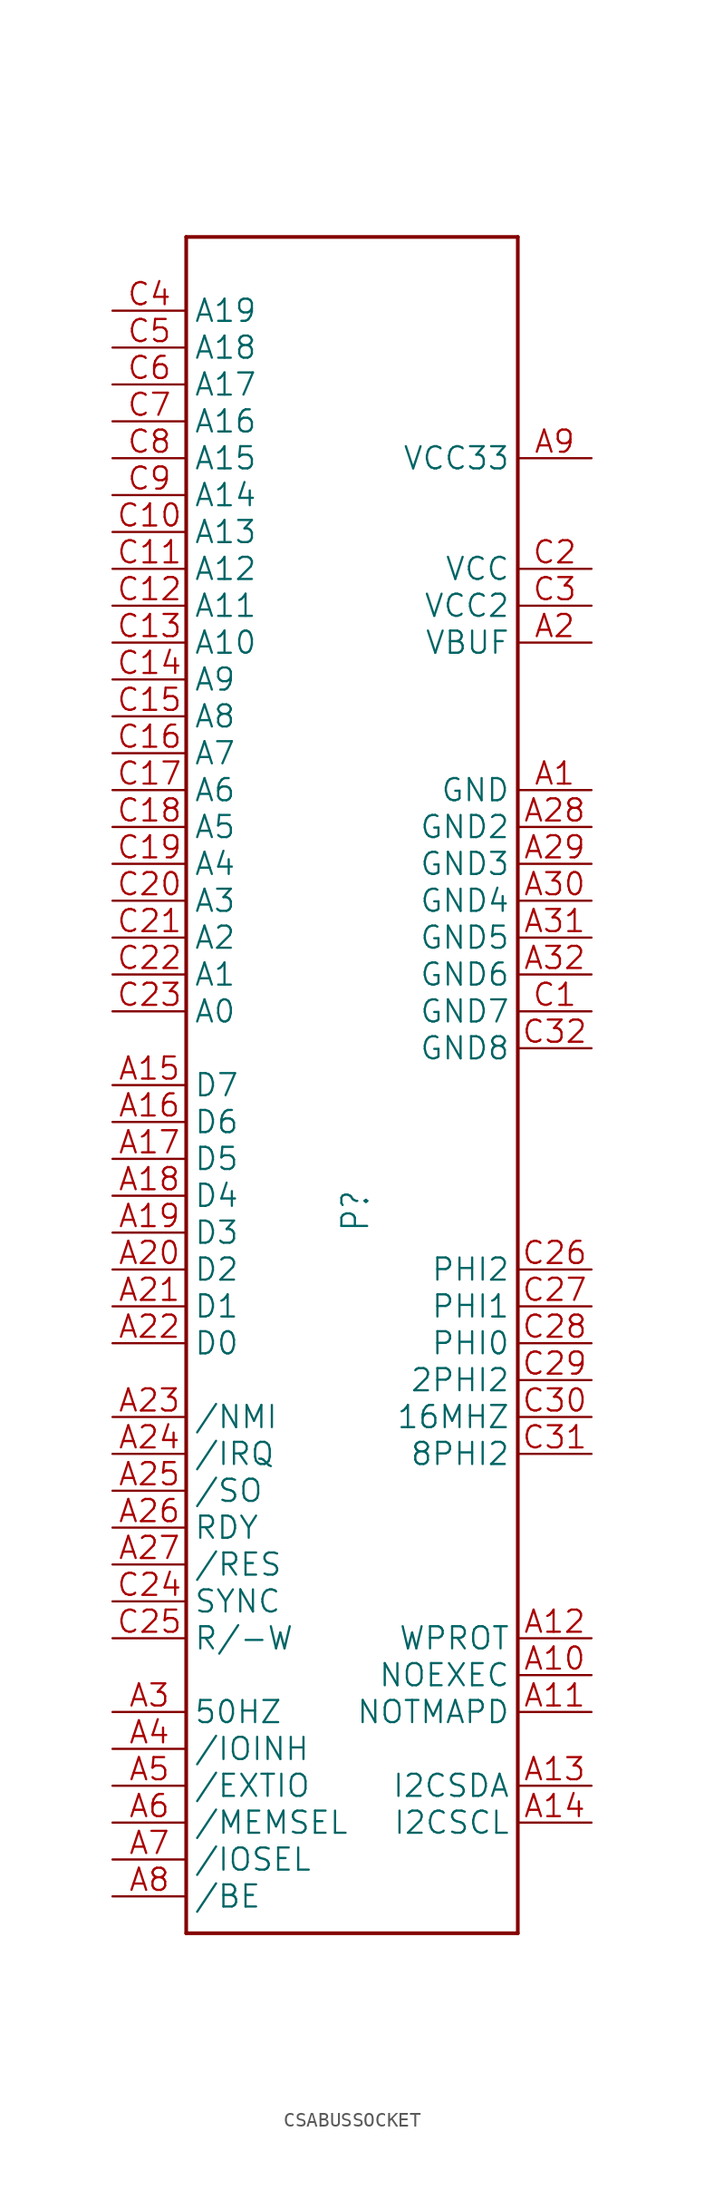
<source format=kicad_sym>
(kicad_symbol_lib
  (version 20241209)
  (generator "kicad_symbol_editor")
  (generator_version "9.0")
  (symbol "CSABUSSOCKET"
    (property "Reference" "P"
      (at 5.08 -10.16 90)
      (effects (font (size 1.778 1.511)) (justify left bottom)))
    (property "Value" ""
      (at 0 58.42 0)
      (effects (font (size 1.778 1.511)) (justify left bottom)))
    (property "ki_locked" ""
      (at 0 0 0)
      (effects (font (size 1.27 1.27))))
    (symbol "CSABUSSOCKET_1_0"
      (polyline (pts (xy -7.62 58.42) (xy -7.62 -58.42)) (stroke (width 0.254) (type solid)) (fill (type none)))
      (polyline (pts (xy -7.62 -58.42) (xy 15.24 -58.42)) (stroke (width 0.254) (type solid)) (fill (type none)))
      (polyline (pts (xy 15.24 58.42) (xy -7.62 58.42)) (stroke (width 0.254) (type solid)) (fill (type none)))
      (polyline (pts (xy 15.24 -58.42) (xy 15.24 58.42)) (stroke (width 0.254) (type solid)) (fill (type none)))
      (pin bidirectional line (at -12.7 53.34 0) (length 5.08) (name "A19" (effects (font (size 1.524 1.524)))) (number "C4" (effects (font (size 1.524 1.524)))))
      (pin bidirectional line (at -12.7 50.8 0) (length 5.08) (name "A18" (effects (font (size 1.524 1.524)))) (number "C5" (effects (font (size 1.524 1.524)))))
      (pin bidirectional line (at -12.7 48.26 0) (length 5.08) (name "A17" (effects (font (size 1.524 1.524)))) (number "C6" (effects (font (size 1.524 1.524)))))
      (pin bidirectional line (at -12.7 45.72 0) (length 5.08) (name "A16" (effects (font (size 1.524 1.524)))) (number "C7" (effects (font (size 1.524 1.524)))))
      (pin bidirectional line (at -12.7 43.18 0) (length 5.08) (name "A15" (effects (font (size 1.524 1.524)))) (number "C8" (effects (font (size 1.524 1.524)))))
      (pin bidirectional line (at -12.7 40.64 0) (length 5.08) (name "A14" (effects (font (size 1.524 1.524)))) (number "C9" (effects (font (size 1.524 1.524)))))
      (pin bidirectional line (at -12.7 38.1 0) (length 5.08) (name "A13" (effects (font (size 1.524 1.524)))) (number "C10" (effects (font (size 1.524 1.524)))))
      (pin bidirectional line (at -12.7 35.56 0) (length 5.08) (name "A12" (effects (font (size 1.524 1.524)))) (number "C11" (effects (font (size 1.524 1.524)))))
      (pin bidirectional line (at -12.7 33.02 0) (length 5.08) (name "A11" (effects (font (size 1.524 1.524)))) (number "C12" (effects (font (size 1.524 1.524)))))
      (pin bidirectional line (at -12.7 30.48 0) (length 5.08) (name "A10" (effects (font (size 1.524 1.524)))) (number "C13" (effects (font (size 1.524 1.524)))))
      (pin bidirectional line (at -12.7 27.94 0) (length 5.08) (name "A9" (effects (font (size 1.524 1.524)))) (number "C14" (effects (font (size 1.524 1.524)))))
      (pin bidirectional line (at -12.7 25.4 0) (length 5.08) (name "A8" (effects (font (size 1.524 1.524)))) (number "C15" (effects (font (size 1.524 1.524)))))
      (pin bidirectional line (at -12.7 22.86 0) (length 5.08) (name "A7" (effects (font (size 1.524 1.524)))) (number "C16" (effects (font (size 1.524 1.524)))))
      (pin bidirectional line (at -12.7 20.32 0) (length 5.08) (name "A6" (effects (font (size 1.524 1.524)))) (number "C17" (effects (font (size 1.524 1.524)))))
      (pin bidirectional line (at -12.7 17.78 0) (length 5.08) (name "A5" (effects (font (size 1.524 1.524)))) (number "C18" (effects (font (size 1.524 1.524)))))
      (pin bidirectional line (at -12.7 15.24 0) (length 5.08) (name "A4" (effects (font (size 1.524 1.524)))) (number "C19" (effects (font (size 1.524 1.524)))))
      (pin bidirectional line (at -12.7 12.7 0) (length 5.08) (name "A3" (effects (font (size 1.524 1.524)))) (number "C20" (effects (font (size 1.524 1.524)))))
      (pin bidirectional line (at -12.7 10.16 0) (length 5.08) (name "A2" (effects (font (size 1.524 1.524)))) (number "C21" (effects (font (size 1.524 1.524)))))
      (pin bidirectional line (at -12.7 7.62 0) (length 5.08) (name "A1" (effects (font (size 1.524 1.524)))) (number "C22" (effects (font (size 1.524 1.524)))))
      (pin bidirectional line (at -12.7 5.08 0) (length 5.08) (name "A0" (effects (font (size 1.524 1.524)))) (number "C23" (effects (font (size 1.524 1.524)))))
      (pin bidirectional line (at -12.7 0 0) (length 5.08) (name "D7" (effects (font (size 1.524 1.524)))) (number "A15" (effects (font (size 1.524 1.524)))))
      (pin bidirectional line (at -12.7 -2.54 0) (length 5.08) (name "D6" (effects (font (size 1.524 1.524)))) (number "A16" (effects (font (size 1.524 1.524)))))
      (pin bidirectional line (at -12.7 -5.08 0) (length 5.08) (name "D5" (effects (font (size 1.524 1.524)))) (number "A17" (effects (font (size 1.524 1.524)))))
      (pin bidirectional line (at -12.7 -7.62 0) (length 5.08) (name "D4" (effects (font (size 1.524 1.524)))) (number "A18" (effects (font (size 1.524 1.524)))))
      (pin bidirectional line (at -12.7 -10.16 0) (length 5.08) (name "D3" (effects (font (size 1.524 1.524)))) (number "A19" (effects (font (size 1.524 1.524)))))
      (pin bidirectional line (at -12.7 -12.7 0) (length 5.08) (name "D2" (effects (font (size 1.524 1.524)))) (number "A20" (effects (font (size 1.524 1.524)))))
      (pin bidirectional line (at -12.7 -15.24 0) (length 5.08) (name "D1" (effects (font (size 1.524 1.524)))) (number "A21" (effects (font (size 1.524 1.524)))))
      (pin bidirectional line (at -12.7 -17.78 0) (length 5.08) (name "D0" (effects (font (size 1.524 1.524)))) (number "A22" (effects (font (size 1.524 1.524)))))
      (pin bidirectional line (at -12.7 -22.86 0) (length 5.08) (name "/NMI" (effects (font (size 1.524 1.524)))) (number "A23" (effects (font (size 1.524 1.524)))))
      (pin bidirectional line (at -12.7 -25.4 0) (length 5.08) (name "/IRQ" (effects (font (size 1.524 1.524)))) (number "A24" (effects (font (size 1.524 1.524)))))
      (pin bidirectional line (at -12.7 -27.94 0) (length 5.08) (name "/SO" (effects (font (size 1.524 1.524)))) (number "A25" (effects (font (size 1.524 1.524)))))
      (pin bidirectional line (at -12.7 -30.48 0) (length 5.08) (name "RDY" (effects (font (size 1.524 1.524)))) (number "A26" (effects (font (size 1.524 1.524)))))
      (pin bidirectional line (at -12.7 -33.02 0) (length 5.08) (name "/RES" (effects (font (size 1.524 1.524)))) (number "A27" (effects (font (size 1.524 1.524)))))
      (pin bidirectional line (at -12.7 -35.56 0) (length 5.08) (name "SYNC" (effects (font (size 1.524 1.524)))) (number "C24" (effects (font (size 1.524 1.524)))))
      (pin bidirectional line (at -12.7 -38.1 0) (length 5.08) (name "R/-W" (effects (font (size 1.524 1.524)))) (number "C25" (effects (font (size 1.524 1.524)))))
      (pin bidirectional line (at -12.7 -43.18 0) (length 5.08) (name "50HZ" (effects (font (size 1.524 1.524)))) (number "A3" (effects (font (size 1.524 1.524)))))
      (pin bidirectional line (at -12.7 -45.72 0) (length 5.08) (name "/IOINH" (effects (font (size 1.524 1.524)))) (number "A4" (effects (font (size 1.524 1.524)))))
      (pin bidirectional line (at -12.7 -48.26 0) (length 5.08) (name "/EXTIO" (effects (font (size 1.524 1.524)))) (number "A5" (effects (font (size 1.524 1.524)))))
      (pin bidirectional line (at -12.7 -50.8 0) (length 5.08) (name "/MEMSEL" (effects (font (size 1.524 1.524)))) (number "A6" (effects (font (size 1.524 1.524)))))
      (pin bidirectional line (at -12.7 -53.34 0) (length 5.08) (name "/IOSEL" (effects (font (size 1.524 1.524)))) (number "A7" (effects (font (size 1.524 1.524)))))
      (pin bidirectional line (at -12.7 -55.88 0) (length 5.08) (name "/BE" (effects (font (size 1.524 1.524)))) (number "A8" (effects (font (size 1.524 1.524)))))
      (pin bidirectional line (at 20.32 43.18 180) (length 5.08) (name "VCC33" (effects (font (size 1.524 1.524)))) (number "A9" (effects (font (size 1.524 1.524)))))
      (pin bidirectional line (at 20.32 35.56 180) (length 5.08) (name "VCC" (effects (font (size 1.524 1.524)))) (number "C2" (effects (font (size 1.524 1.524)))))
      (pin bidirectional line (at 20.32 33.02 180) (length 5.08) (name "VCC2" (effects (font (size 1.524 1.524)))) (number "C3" (effects (font (size 1.524 1.524)))))
      (pin bidirectional line (at 20.32 30.48 180) (length 5.08) (name "VBUF" (effects (font (size 1.524 1.524)))) (number "A2" (effects (font (size 1.524 1.524)))))
      (pin bidirectional line (at 20.32 20.32 180) (length 5.08) (name "GND" (effects (font (size 1.524 1.524)))) (number "A1" (effects (font (size 1.524 1.524)))))
      (pin bidirectional line (at 20.32 17.78 180) (length 5.08) (name "GND2" (effects (font (size 1.524 1.524)))) (number "A28" (effects (font (size 1.524 1.524)))))
      (pin bidirectional line (at 20.32 15.24 180) (length 5.08) (name "GND3" (effects (font (size 1.524 1.524)))) (number "A29" (effects (font (size 1.524 1.524)))))
      (pin bidirectional line (at 20.32 12.7 180) (length 5.08) (name "GND4" (effects (font (size 1.524 1.524)))) (number "A30" (effects (font (size 1.524 1.524)))))
      (pin bidirectional line (at 20.32 10.16 180) (length 5.08) (name "GND5" (effects (font (size 1.524 1.524)))) (number "A31" (effects (font (size 1.524 1.524)))))
      (pin bidirectional line (at 20.32 7.62 180) (length 5.08) (name "GND6" (effects (font (size 1.524 1.524)))) (number "A32" (effects (font (size 1.524 1.524)))))
      (pin bidirectional line (at 20.32 5.08 180) (length 5.08) (name "GND7" (effects (font (size 1.524 1.524)))) (number "C1" (effects (font (size 1.524 1.524)))))
      (pin bidirectional line (at 20.32 2.54 180) (length 5.08) (name "GND8" (effects (font (size 1.524 1.524)))) (number "C32" (effects (font (size 1.524 1.524)))))
      (pin bidirectional line (at 20.32 -12.7 180) (length 5.08) (name "PHI2" (effects (font (size 1.524 1.524)))) (number "C26" (effects (font (size 1.524 1.524)))))
      (pin bidirectional line (at 20.32 -15.24 180) (length 5.08) (name "PHI1" (effects (font (size 1.524 1.524)))) (number "C27" (effects (font (size 1.524 1.524)))))
      (pin bidirectional line (at 20.32 -17.78 180) (length 5.08) (name "PHI0" (effects (font (size 1.524 1.524)))) (number "C28" (effects (font (size 1.524 1.524)))))
      (pin bidirectional line (at 20.32 -20.32 180) (length 5.08) (name "2PHI2" (effects (font (size 1.524 1.524)))) (number "C29" (effects (font (size 1.524 1.524)))))
      (pin bidirectional line (at 20.32 -22.86 180) (length 5.08) (name "16MHZ" (effects (font (size 1.524 1.524)))) (number "C30" (effects (font (size 1.524 1.524)))))
      (pin bidirectional line (at 20.32 -25.4 180) (length 5.08) (name "8PHI2" (effects (font (size 1.524 1.524)))) (number "C31" (effects (font (size 1.524 1.524)))))
      (pin bidirectional line (at 20.32 -38.1 180) (length 5.08) (name "WPROT" (effects (font (size 1.524 1.524)))) (number "A12" (effects (font (size 1.524 1.524)))))
      (pin bidirectional line (at 20.32 -40.64 180) (length 5.08) (name "NOEXEC" (effects (font (size 1.524 1.524)))) (number "A10" (effects (font (size 1.524 1.524)))))
      (pin bidirectional line (at 20.32 -43.18 180) (length 5.08) (name "NOTMAPD" (effects (font (size 1.524 1.524)))) (number "A11" (effects (font (size 1.524 1.524)))))
      (pin bidirectional line (at 20.32 -48.26 180) (length 5.08) (name "I2CSDA" (effects (font (size 1.524 1.524)))) (number "A13" (effects (font (size 1.524 1.524)))))
      (pin bidirectional line (at 20.32 -50.8 180) (length 5.08) (name "I2CSCL" (effects (font (size 1.524 1.524)))) (number "A14" (effects (font (size 1.524 1.524))))))))
</source>
